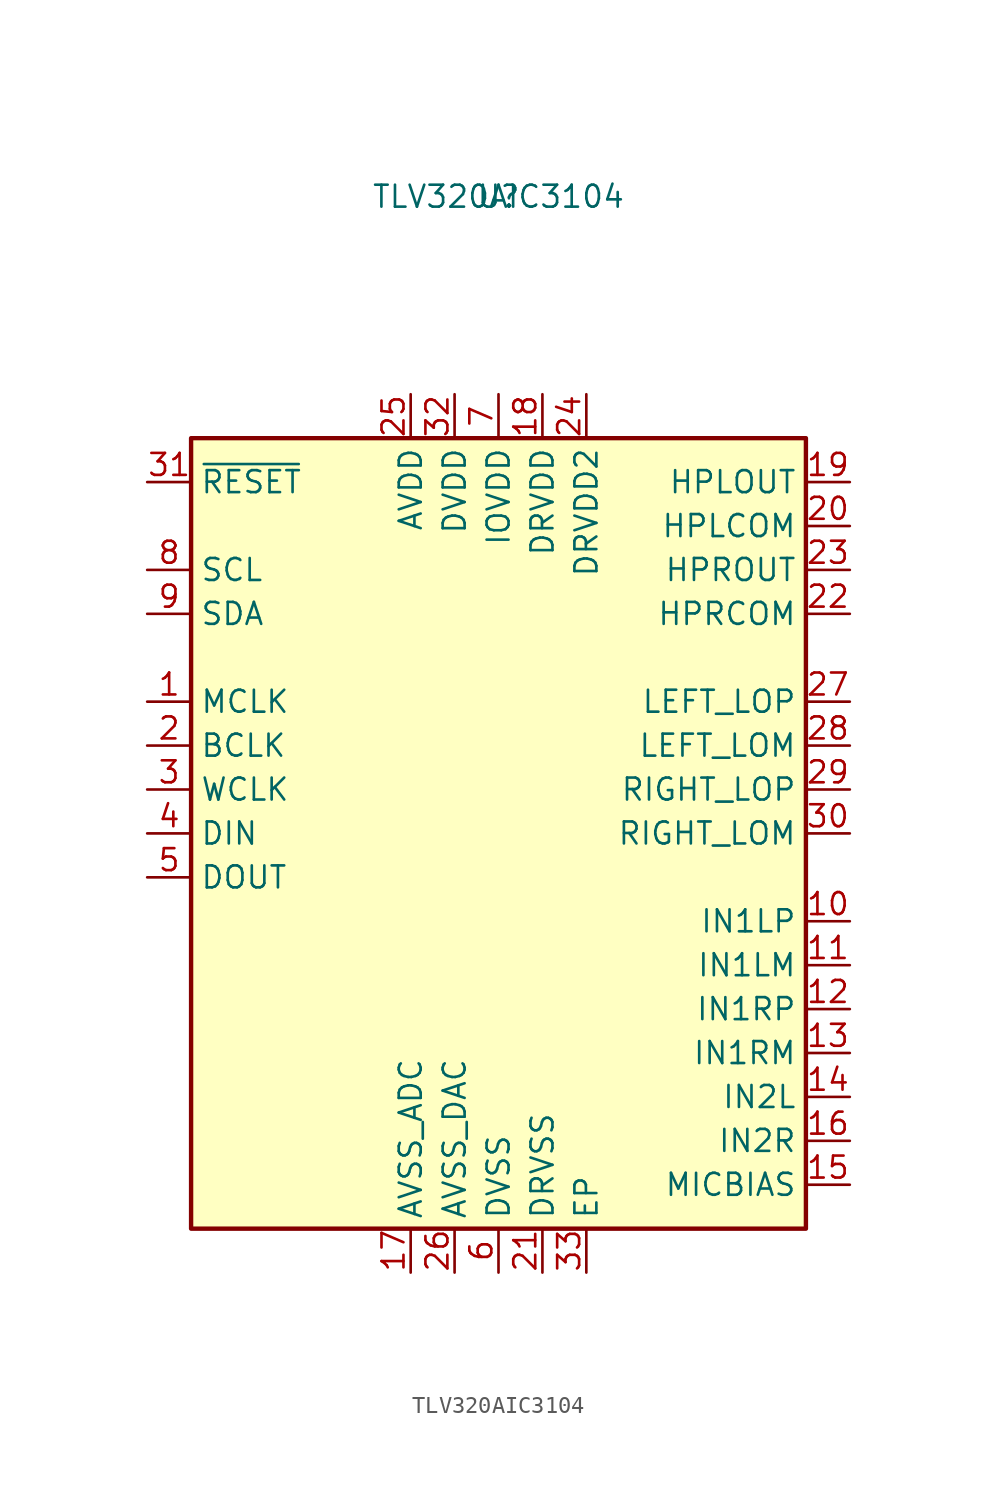
<source format=kicad_sym>
(kicad_symbol_lib
  (version 20211014)
  (generator kicad_symbol_editor)
  (symbol "TLV320AIC3104"
    (property "Reference" "U"
      (at 0 0 0)
      (effects (font (size 1.27 1.27))))
    (property "Value" "TLV320AIC3104"
      (at 0 0 0)
      (effects (font (size 1.27 1.27))))
    (symbol "TLV320AIC3104_0_1"
      (rectangle (start -17.78 -13.97) (end 17.78 -59.69) (stroke (width 0.254) (type default) (color 0 0 0 0)) (fill (type background))))
    (symbol "TLV320AIC3104_1_1"
      (pin input line (at -20.32 -29.21 0) (length 2.54) (name "MCLK" (effects (font (size 1.27 1.27)))) (number "1" (effects (font (size 1.27 1.27)))))
      (pin input line (at 20.32 -41.91 180) (length 2.54) (name "IN1LP" (effects (font (size 1.27 1.27)))) (number "10" (effects (font (size 1.27 1.27)))))
      (pin input line (at 20.32 -44.45 180) (length 2.54) (name "IN1LM" (effects (font (size 1.27 1.27)))) (number "11" (effects (font (size 1.27 1.27)))))
      (pin input line (at 20.32 -46.99 180) (length 2.54) (name "IN1RP" (effects (font (size 1.27 1.27)))) (number "12" (effects (font (size 1.27 1.27)))))
      (pin input line (at 20.32 -49.53 180) (length 2.54) (name "IN1RM" (effects (font (size 1.27 1.27)))) (number "13" (effects (font (size 1.27 1.27)))))
      (pin input line (at 20.32 -52.07 180) (length 2.54) (name "IN2L" (effects (font (size 1.27 1.27)))) (number "14" (effects (font (size 1.27 1.27)))))
      (pin power_out line (at 20.32 -57.15 180) (length 2.54) (name "MICBIAS" (effects (font (size 1.27 1.27)))) (number "15" (effects (font (size 1.27 1.27)))))
      (pin input line (at 20.32 -54.61 180) (length 2.54) (name "IN2R" (effects (font (size 1.27 1.27)))) (number "16" (effects (font (size 1.27 1.27)))))
      (pin power_in line (at -5.08 -62.23 90) (length 2.54) (name "AVSS_ADC" (effects (font (size 1.27 1.27)))) (number "17" (effects (font (size 1.27 1.27)))))
      (pin power_in line (at 2.54 -11.43 270) (length 2.54) (name "DRVDD" (effects (font (size 1.27 1.27)))) (number "18" (effects (font (size 1.27 1.27)))))
      (pin output line (at 20.32 -16.51 180) (length 2.54) (name "HPLOUT" (effects (font (size 1.27 1.27)))) (number "19" (effects (font (size 1.27 1.27)))))
      (pin bidirectional line (at -20.32 -31.75 0) (length 2.54) (name "BCLK" (effects (font (size 1.27 1.27)))) (number "2" (effects (font (size 1.27 1.27)))))
      (pin output line (at 20.32 -19.05 180) (length 2.54) (name "HPLCOM" (effects (font (size 1.27 1.27)))) (number "20" (effects (font (size 1.27 1.27)))))
      (pin power_in line (at 2.54 -62.23 90) (length 2.54) (name "DRVSS" (effects (font (size 1.27 1.27)))) (number "21" (effects (font (size 1.27 1.27)))))
      (pin output line (at 20.32 -24.13 180) (length 2.54) (name "HPRCOM" (effects (font (size 1.27 1.27)))) (number "22" (effects (font (size 1.27 1.27)))))
      (pin output line (at 20.32 -21.59 180) (length 2.54) (name "HPROUT" (effects (font (size 1.27 1.27)))) (number "23" (effects (font (size 1.27 1.27)))))
      (pin power_in line (at 5.08 -11.43 270) (length 2.54) (name "DRVDD2" (effects (font (size 1.27 1.27)))) (number "24" (effects (font (size 1.27 1.27)))))
      (pin power_in line (at -5.08 -11.43 270) (length 2.54) (name "AVDD" (effects (font (size 1.27 1.27)))) (number "25" (effects (font (size 1.27 1.27)))))
      (pin power_in line (at -2.54 -62.23 90) (length 2.54) (name "AVSS_DAC" (effects (font (size 1.27 1.27)))) (number "26" (effects (font (size 1.27 1.27)))))
      (pin output line (at 20.32 -29.21 180) (length 2.54) (name "LEFT_LOP" (effects (font (size 1.27 1.27)))) (number "27" (effects (font (size 1.27 1.27)))))
      (pin output line (at 20.32 -31.75 180) (length 2.54) (name "LEFT_LOM" (effects (font (size 1.27 1.27)))) (number "28" (effects (font (size 1.27 1.27)))))
      (pin output line (at 20.32 -34.29 180) (length 2.54) (name "RIGHT_LOP" (effects (font (size 1.27 1.27)))) (number "29" (effects (font (size 1.27 1.27)))))
      (pin bidirectional line (at -20.32 -34.29 0) (length 2.54) (name "WCLK" (effects (font (size 1.27 1.27)))) (number "3" (effects (font (size 1.27 1.27)))))
      (pin output line (at 20.32 -36.83 180) (length 2.54) (name "RIGHT_LOM" (effects (font (size 1.27 1.27)))) (number "30" (effects (font (size 1.27 1.27)))))
      (pin input line (at -20.32 -16.51 0) (length 2.54) (name "~{RESET}" (effects (font (size 1.27 1.27)))) (number "31" (effects (font (size 1.27 1.27)))))
      (pin power_in line (at -2.54 -11.43 270) (length 2.54) (name "DVDD" (effects (font (size 1.27 1.27)))) (number "32" (effects (font (size 1.27 1.27)))))
      (pin power_in line (at 5.08 -62.23 90) (length 2.54) (name "EP" (effects (font (size 1.27 1.27)))) (number "33" (effects (font (size 1.27 1.27)))))
      (pin input line (at -20.32 -36.83 0) (length 2.54) (name "DIN" (effects (font (size 1.27 1.27)))) (number "4" (effects (font (size 1.27 1.27)))))
      (pin output line (at -20.32 -39.37 0) (length 2.54) (name "DOUT" (effects (font (size 1.27 1.27)))) (number "5" (effects (font (size 1.27 1.27)))))
      (pin power_in line (at 0 -62.23 90) (length 2.54) (name "DVSS" (effects (font (size 1.27 1.27)))) (number "6" (effects (font (size 1.27 1.27)))))
      (pin power_in line (at 0 -11.43 270) (length 2.54) (name "IOVDD" (effects (font (size 1.27 1.27)))) (number "7" (effects (font (size 1.27 1.27)))))
      (pin bidirectional line (at -20.32 -21.59 0) (length 2.54) (name "SCL" (effects (font (size 1.27 1.27)))) (number "8" (effects (font (size 1.27 1.27)))))
      (pin bidirectional line (at -20.32 -24.13 0) (length 2.54) (name "SDA" (effects (font (size 1.27 1.27)))) (number "9" (effects (font (size 1.27 1.27))))))))
</source>
